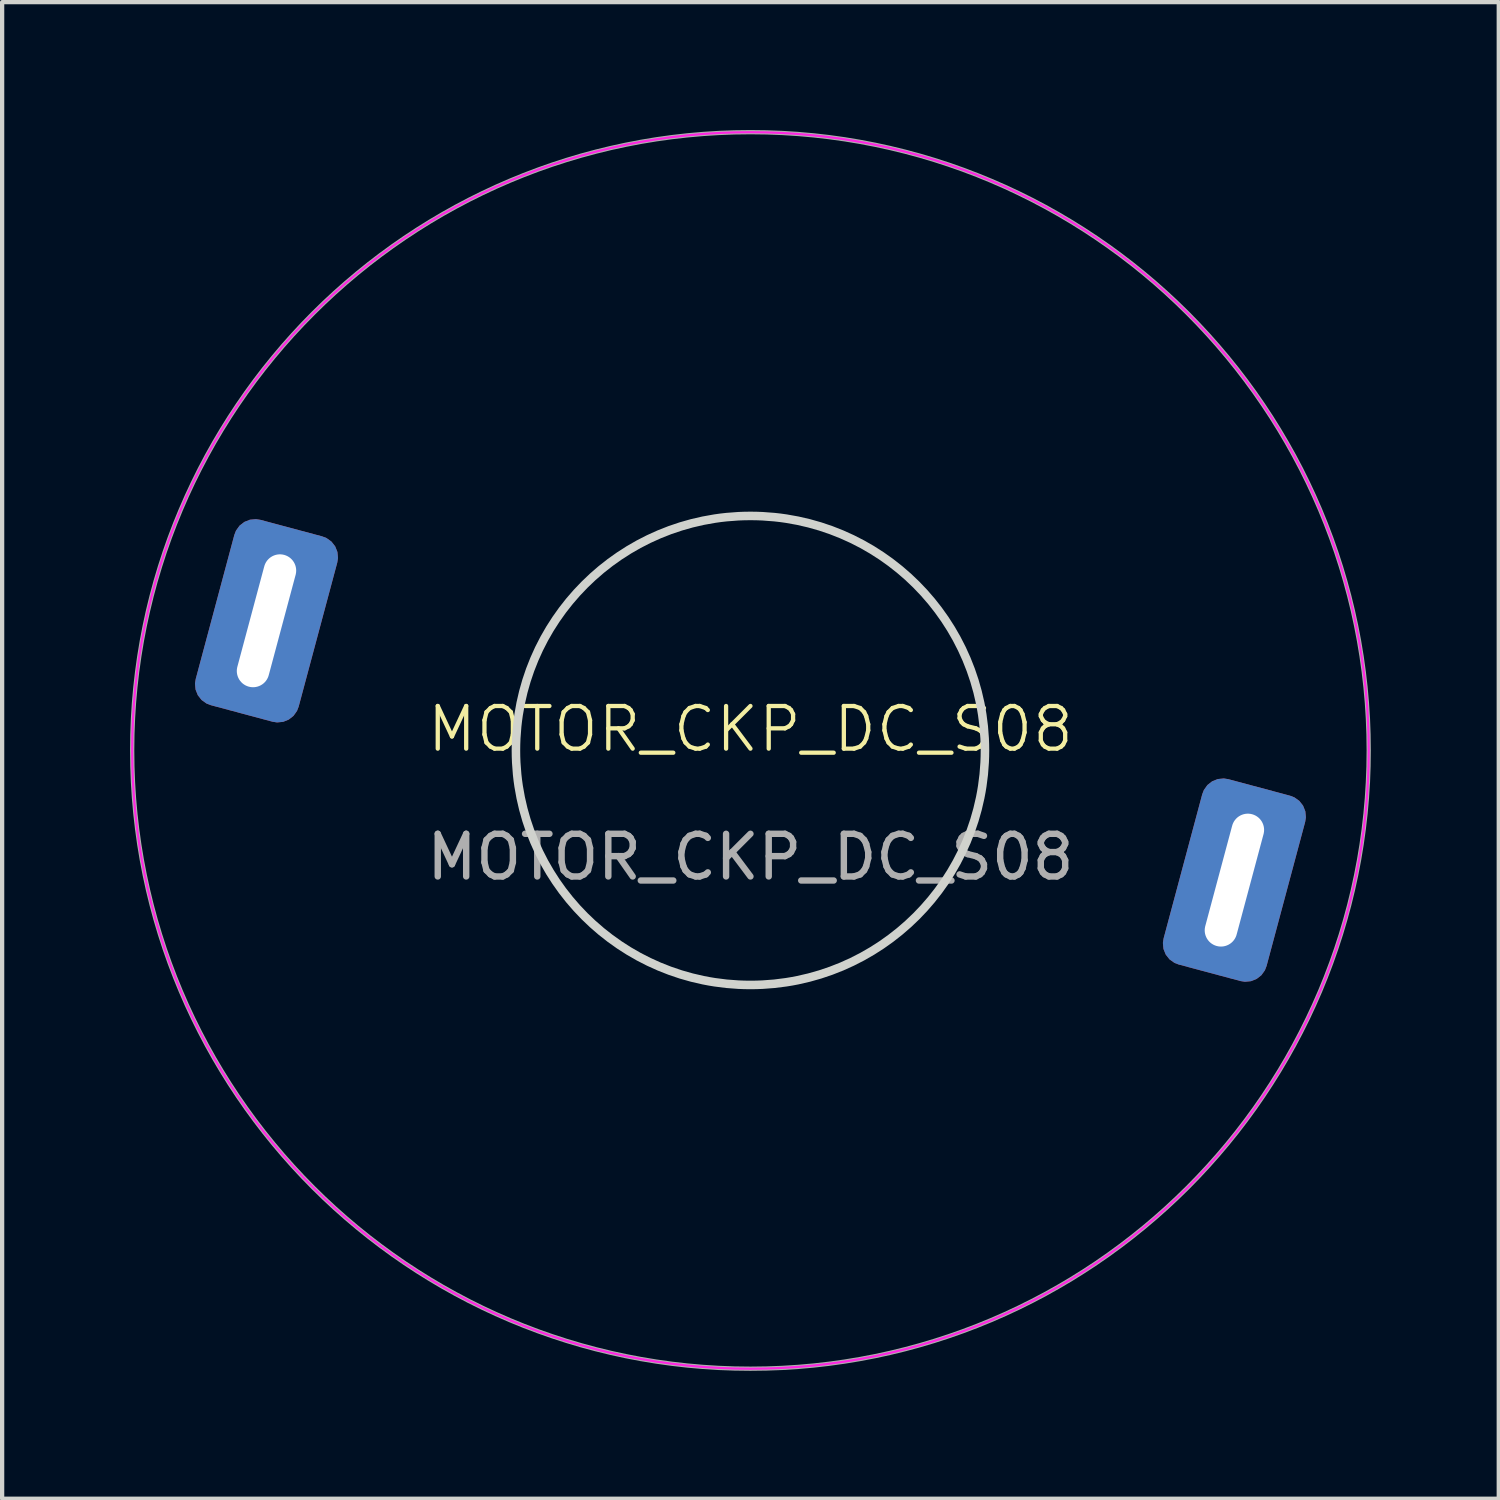
<source format=kicad_pcb>
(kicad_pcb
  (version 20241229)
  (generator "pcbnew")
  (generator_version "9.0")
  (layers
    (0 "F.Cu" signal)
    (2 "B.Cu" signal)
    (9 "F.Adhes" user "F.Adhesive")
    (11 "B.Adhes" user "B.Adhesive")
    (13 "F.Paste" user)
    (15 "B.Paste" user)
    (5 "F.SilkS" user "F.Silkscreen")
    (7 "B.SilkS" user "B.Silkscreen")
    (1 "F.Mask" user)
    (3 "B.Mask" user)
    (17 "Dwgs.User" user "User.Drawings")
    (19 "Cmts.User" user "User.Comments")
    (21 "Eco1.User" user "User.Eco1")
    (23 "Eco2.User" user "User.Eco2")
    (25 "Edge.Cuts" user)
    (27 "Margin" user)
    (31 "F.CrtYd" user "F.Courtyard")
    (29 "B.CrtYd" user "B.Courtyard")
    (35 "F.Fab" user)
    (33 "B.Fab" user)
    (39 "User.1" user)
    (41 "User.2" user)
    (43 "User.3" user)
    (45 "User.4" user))
  (footprint "MOTOR_CKP_DC_S08"
    (layer "F.Cu")
    (at 14.55 14.55)
    (property "Reference" "MOTOR_CKP_DC_S08" (at 0 -0.5 0) (unlocked yes) (layer "F.SilkS") (effects (font (size 1 1) (thickness 0.1))))
    (attr through_hole)
    (fp_circle (center 0 0) (end 5.5 0) (stroke (width 0.2) (type default)) (fill no) (layer "Edge.Cuts"))
    (fp_circle (center 0 0) (end 14.5 0) (stroke (width 0.05) (type default)) (fill no) (layer "F.CrtYd"))
    (fp_circle (center 0 0) (end 14.5 0) (stroke (width 0.1) (type default)) (fill no) (layer "F.Fab"))
    (fp_text user "${REFERENCE}" (at 0 2.5 0) (unlocked yes) (layer "F.Fab") (effects (font (size 1 1) (thickness 0.15))))
    (pad "1" thru_hole roundrect (at -11.35 -3.041 345) (size 2.5 4.5) (drill oval 0.762 3.2) (layers "*.Cu" "*.Mask") (roundrect_rratio 0.2))
    (pad "2" thru_hole roundrect (at 11.35 3.041 345) (size 2.5 4.5) (drill oval 0.762 3.2) (layers "*.Cu" "*.Mask") (roundrect_rratio 0.2)))
  (gr_rect
    (start -3 -3)
    (end 32.1 32.1)
    (stroke (width 0.1) (type default))
    (fill no)
    (layer "Edge.Cuts")))
</source>
